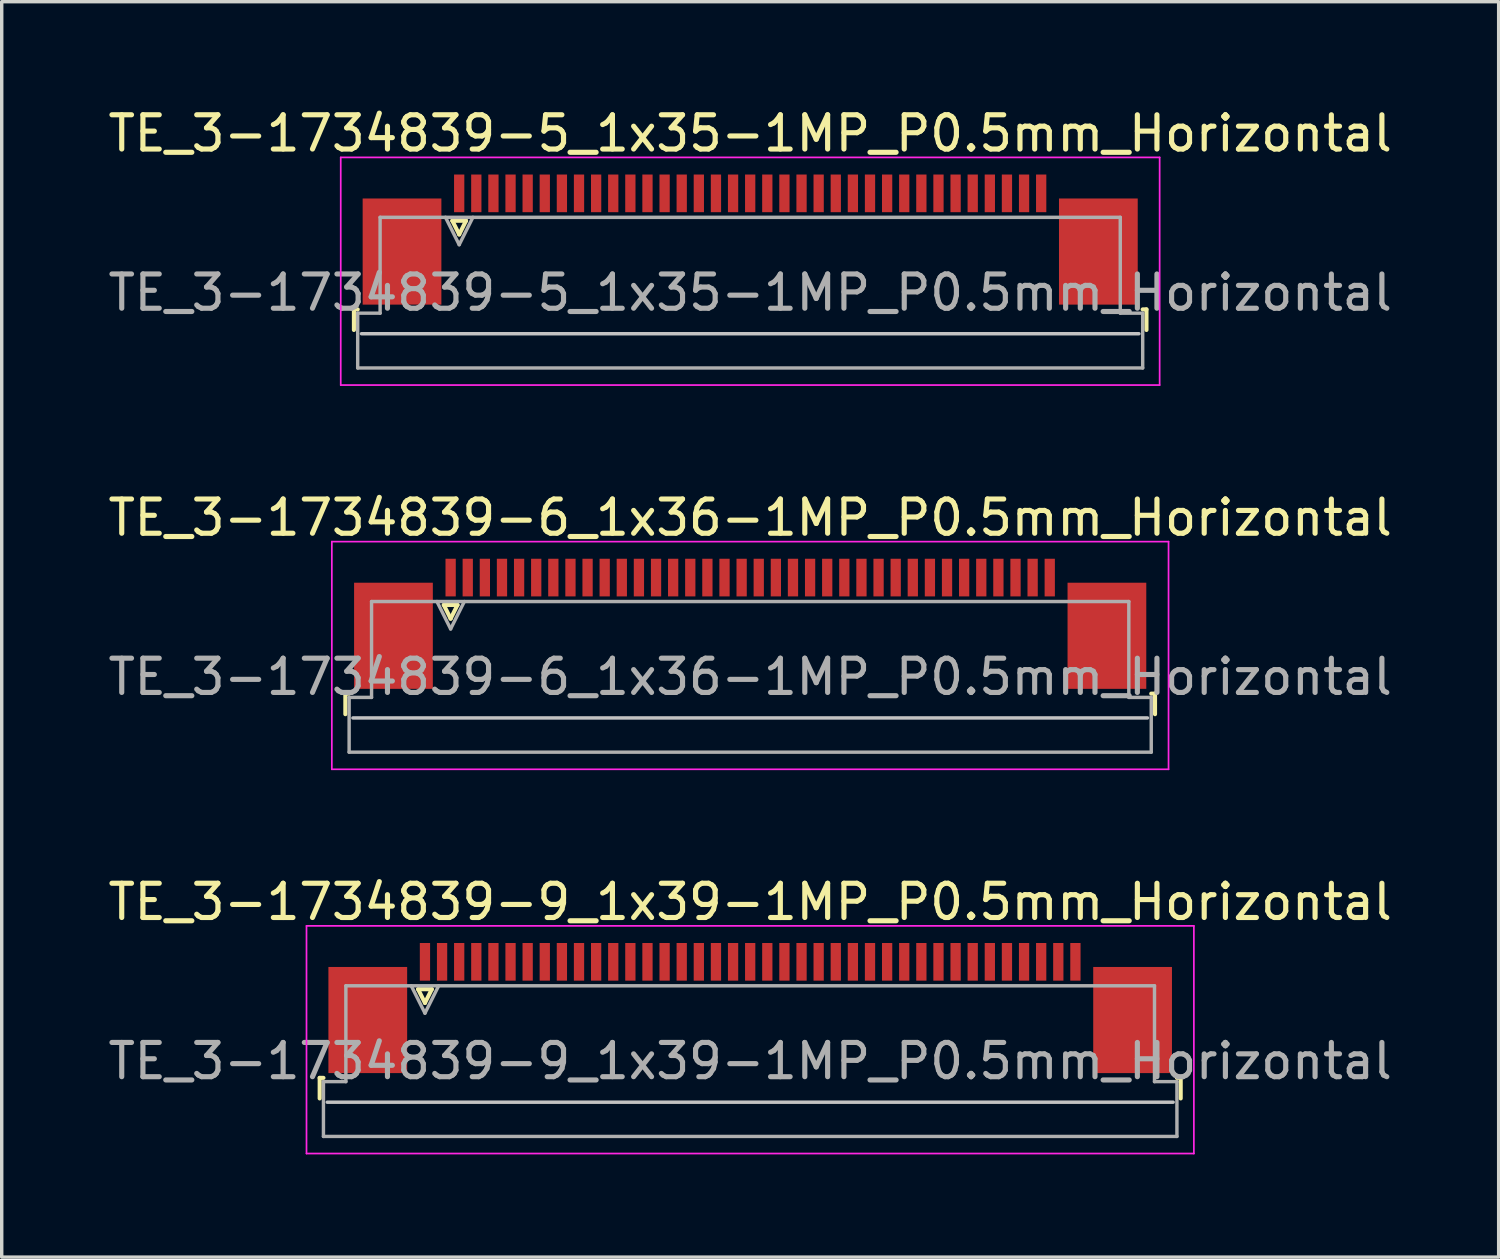
<source format=kicad_pcb>
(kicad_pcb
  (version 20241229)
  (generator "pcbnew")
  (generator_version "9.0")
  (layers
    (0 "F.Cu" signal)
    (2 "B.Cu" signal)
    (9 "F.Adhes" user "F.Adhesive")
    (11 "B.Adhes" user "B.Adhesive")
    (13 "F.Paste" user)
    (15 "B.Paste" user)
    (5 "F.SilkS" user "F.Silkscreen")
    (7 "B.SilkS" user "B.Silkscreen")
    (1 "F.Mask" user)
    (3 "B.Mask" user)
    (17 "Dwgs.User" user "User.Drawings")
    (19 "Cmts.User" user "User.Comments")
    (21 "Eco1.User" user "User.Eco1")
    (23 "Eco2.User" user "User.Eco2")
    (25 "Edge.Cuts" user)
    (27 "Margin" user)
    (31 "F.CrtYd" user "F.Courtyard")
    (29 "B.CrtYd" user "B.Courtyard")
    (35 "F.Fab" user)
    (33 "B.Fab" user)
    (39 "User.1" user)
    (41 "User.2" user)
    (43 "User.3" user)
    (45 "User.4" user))
  (footprint "TE_3-1734839-5_1x35-1MP_P0.5mm_Horizontal"
    (layer "F.Cu")
    (at 18.863 3.948)
    (property "Reference" "TE_3-1734839-5_1x35-1MP_P0.5mm_Horizontal" (at 0 -3.1 0) (layer "F.SilkS") (effects (font (size 1 1) (thickness 0.15))))
    (attr smd)
    (fp_line (start -11.575 2.04) (end -11.575 2.64) (stroke (width 0.12) (type solid)) (layer "F.SilkS"))
    (fp_line (start -11.465 2.04) (end -11.575 2.04) (stroke (width 0.12) (type solid)) (layer "F.SilkS"))
    (fp_line (start -8.7 -0.55) (end -8.5 -0.15) (stroke (width 0.12) (type solid)) (layer "F.SilkS"))
    (fp_line (start -8.5 -0.15) (end -8.3 -0.55) (stroke (width 0.12) (type solid)) (layer "F.SilkS"))
    (fp_line (start -8.3 -0.55) (end -8.7 -0.55) (stroke (width 0.12) (type solid)) (layer "F.SilkS"))
    (fp_line (start 11.465 2.04) (end 11.575 2.04) (stroke (width 0.12) (type solid)) (layer "F.SilkS"))
    (fp_line (start 11.575 2.04) (end 11.575 2.64) (stroke (width 0.12) (type solid)) (layer "F.SilkS"))
    (fp_line (start 11.355 2.75) (end -11.355 2.75) (stroke (width 0.1) (type solid)) (layer "Dwgs.User"))
    (fp_line (start -11.96 -2.4) (end -11.96 4.25) (stroke (width 0.05) (type solid)) (layer "F.CrtYd"))
    (fp_line (start -11.96 4.25) (end 11.96 4.25) (stroke (width 0.05) (type solid)) (layer "F.CrtYd"))
    (fp_line (start 11.96 -2.4) (end -11.96 -2.4) (stroke (width 0.05) (type solid)) (layer "F.CrtYd"))
    (fp_line (start 11.96 4.25) (end 11.96 -2.4) (stroke (width 0.05) (type solid)) (layer "F.CrtYd"))
    (fp_line (start -11.465 2.15) (end -10.81 2.15) (stroke (width 0.1) (type solid)) (layer "F.Fab"))
    (fp_line (start -11.465 3.75) (end -11.465 2.15) (stroke (width 0.1) (type solid)) (layer "F.Fab"))
    (fp_line (start -10.81 -0.65) (end 10.81 -0.65) (stroke (width 0.1) (type solid)) (layer "F.Fab"))
    (fp_line (start -10.81 2.15) (end -10.81 -0.65) (stroke (width 0.1) (type solid)) (layer "F.Fab"))
    (fp_line (start -8.9 -0.65) (end -8.5 0.15) (stroke (width 0.1) (type solid)) (layer "F.Fab"))
    (fp_line (start -8.5 0.15) (end -8.1 -0.65) (stroke (width 0.1) (type solid)) (layer "F.Fab"))
    (fp_line (start 10.81 -0.65) (end 10.81 2.15) (stroke (width 0.1) (type solid)) (layer "F.Fab"))
    (fp_line (start 10.81 2.15) (end 11.465 2.15) (stroke (width 0.1) (type solid)) (layer "F.Fab"))
    (fp_line (start 11.465 2.15) (end 11.465 3.75) (stroke (width 0.1) (type solid)) (layer "F.Fab"))
    (fp_line (start 11.465 3.75) (end -11.465 3.75) (stroke (width 0.1) (type solid)) (layer "F.Fab"))
    (fp_text user "${REFERENCE}" (at 0 1.55 0) (layer "F.Fab") (effects (font (size 1 1) (thickness 0.15))))
    (pad "1" smd rect (at -8.5 -1.35) (size 0.3 1.1) (layers "F.Cu" "F.Mask" "F.Paste"))
    (pad "2" smd rect (at -8 -1.35) (size 0.3 1.1) (layers "F.Cu" "F.Mask" "F.Paste"))
    (pad "3" smd rect (at -7.5 -1.35) (size 0.3 1.1) (layers "F.Cu" "F.Mask" "F.Paste"))
    (pad "4" smd rect (at -7 -1.35) (size 0.3 1.1) (layers "F.Cu" "F.Mask" "F.Paste"))
    (pad "5" smd rect (at -6.5 -1.35) (size 0.3 1.1) (layers "F.Cu" "F.Mask" "F.Paste"))
    (pad "6" smd rect (at -6 -1.35) (size 0.3 1.1) (layers "F.Cu" "F.Mask" "F.Paste"))
    (pad "7" smd rect (at -5.5 -1.35) (size 0.3 1.1) (layers "F.Cu" "F.Mask" "F.Paste"))
    (pad "8" smd rect (at -5 -1.35) (size 0.3 1.1) (layers "F.Cu" "F.Mask" "F.Paste"))
    (pad "9" smd rect (at -4.5 -1.35) (size 0.3 1.1) (layers "F.Cu" "F.Mask" "F.Paste"))
    (pad "10" smd rect (at -4 -1.35) (size 0.3 1.1) (layers "F.Cu" "F.Mask" "F.Paste"))
    (pad "11" smd rect (at -3.5 -1.35) (size 0.3 1.1) (layers "F.Cu" "F.Mask" "F.Paste"))
    (pad "12" smd rect (at -3 -1.35) (size 0.3 1.1) (layers "F.Cu" "F.Mask" "F.Paste"))
    (pad "13" smd rect (at -2.5 -1.35) (size 0.3 1.1) (layers "F.Cu" "F.Mask" "F.Paste"))
    (pad "14" smd rect (at -2 -1.35) (size 0.3 1.1) (layers "F.Cu" "F.Mask" "F.Paste"))
    (pad "15" smd rect (at -1.5 -1.35) (size 0.3 1.1) (layers "F.Cu" "F.Mask" "F.Paste"))
    (pad "16" smd rect (at -1 -1.35) (size 0.3 1.1) (layers "F.Cu" "F.Mask" "F.Paste"))
    (pad "17" smd rect (at -0.5 -1.35) (size 0.3 1.1) (layers "F.Cu" "F.Mask" "F.Paste"))
    (pad "18" smd rect (at 0 -1.35) (size 0.3 1.1) (layers "F.Cu" "F.Mask" "F.Paste"))
    (pad "19" smd rect (at 0.5 -1.35) (size 0.3 1.1) (layers "F.Cu" "F.Mask" "F.Paste"))
    (pad "20" smd rect (at 1 -1.35) (size 0.3 1.1) (layers "F.Cu" "F.Mask" "F.Paste"))
    (pad "21" smd rect (at 1.5 -1.35) (size 0.3 1.1) (layers "F.Cu" "F.Mask" "F.Paste"))
    (pad "22" smd rect (at 2 -1.35) (size 0.3 1.1) (layers "F.Cu" "F.Mask" "F.Paste"))
    (pad "23" smd rect (at 2.5 -1.35) (size 0.3 1.1) (layers "F.Cu" "F.Mask" "F.Paste"))
    (pad "24" smd rect (at 3 -1.35) (size 0.3 1.1) (layers "F.Cu" "F.Mask" "F.Paste"))
    (pad "25" smd rect (at 3.5 -1.35) (size 0.3 1.1) (layers "F.Cu" "F.Mask" "F.Paste"))
    (pad "26" smd rect (at 4 -1.35) (size 0.3 1.1) (layers "F.Cu" "F.Mask" "F.Paste"))
    (pad "27" smd rect (at 4.5 -1.35) (size 0.3 1.1) (layers "F.Cu" "F.Mask" "F.Paste"))
    (pad "28" smd rect (at 5 -1.35) (size 0.3 1.1) (layers "F.Cu" "F.Mask" "F.Paste"))
    (pad "29" smd rect (at 5.5 -1.35) (size 0.3 1.1) (layers "F.Cu" "F.Mask" "F.Paste"))
    (pad "30" smd rect (at 6 -1.35) (size 0.3 1.1) (layers "F.Cu" "F.Mask" "F.Paste"))
    (pad "31" smd rect (at 6.5 -1.35) (size 0.3 1.1) (layers "F.Cu" "F.Mask" "F.Paste"))
    (pad "32" smd rect (at 7 -1.35) (size 0.3 1.1) (layers "F.Cu" "F.Mask" "F.Paste"))
    (pad "33" smd rect (at 7.5 -1.35) (size 0.3 1.1) (layers "F.Cu" "F.Mask" "F.Paste"))
    (pad "34" smd rect (at 8 -1.35) (size 0.3 1.1) (layers "F.Cu" "F.Mask" "F.Paste"))
    (pad "35" smd rect (at 8.5 -1.35) (size 0.3 1.1) (layers "F.Cu" "F.Mask" "F.Paste"))
    (pad "MP" smd rect (at -10.17 0.35) (size 2.3 3.1) (layers "F.Cu" "F.Mask" "F.Paste"))
    (pad "MP" smd rect (at 10.17 0.35) (size 2.3 3.1) (layers "F.Cu" "F.Mask" "F.Paste")))
  (footprint "TE_3-1734839-6_1x36-1MP_P0.5mm_Horizontal"
    (layer "F.Cu")
    (at 18.863 15.171)
    (property "Reference" "TE_3-1734839-6_1x36-1MP_P0.5mm_Horizontal" (at 0 -3.1 0) (layer "F.SilkS") (effects (font (size 1 1) (thickness 0.15))))
    (attr smd)
    (fp_line (start -11.825 2.04) (end -11.825 2.64) (stroke (width 0.12) (type solid)) (layer "F.SilkS"))
    (fp_line (start -11.715 2.04) (end -11.825 2.04) (stroke (width 0.12) (type solid)) (layer "F.SilkS"))
    (fp_line (start -8.95 -0.55) (end -8.75 -0.15) (stroke (width 0.12) (type solid)) (layer "F.SilkS"))
    (fp_line (start -8.75 -0.15) (end -8.55 -0.55) (stroke (width 0.12) (type solid)) (layer "F.SilkS"))
    (fp_line (start -8.55 -0.55) (end -8.95 -0.55) (stroke (width 0.12) (type solid)) (layer "F.SilkS"))
    (fp_line (start 11.715 2.04) (end 11.825 2.04) (stroke (width 0.12) (type solid)) (layer "F.SilkS"))
    (fp_line (start 11.825 2.04) (end 11.825 2.64) (stroke (width 0.12) (type solid)) (layer "F.SilkS"))
    (fp_line (start 11.605 2.75) (end -11.605 2.75) (stroke (width 0.1) (type solid)) (layer "Dwgs.User"))
    (fp_line (start -12.22 -2.4) (end -12.22 4.25) (stroke (width 0.05) (type solid)) (layer "F.CrtYd"))
    (fp_line (start -12.22 4.25) (end 12.22 4.25) (stroke (width 0.05) (type solid)) (layer "F.CrtYd"))
    (fp_line (start 12.22 -2.4) (end -12.22 -2.4) (stroke (width 0.05) (type solid)) (layer "F.CrtYd"))
    (fp_line (start 12.22 4.25) (end 12.22 -2.4) (stroke (width 0.05) (type solid)) (layer "F.CrtYd"))
    (fp_line (start -11.715 2.15) (end -11.06 2.15) (stroke (width 0.1) (type solid)) (layer "F.Fab"))
    (fp_line (start -11.715 3.75) (end -11.715 2.15) (stroke (width 0.1) (type solid)) (layer "F.Fab"))
    (fp_line (start -11.06 -0.65) (end 11.06 -0.65) (stroke (width 0.1) (type solid)) (layer "F.Fab"))
    (fp_line (start -11.06 2.15) (end -11.06 -0.65) (stroke (width 0.1) (type solid)) (layer "F.Fab"))
    (fp_line (start -9.15 -0.65) (end -8.75 0.15) (stroke (width 0.1) (type solid)) (layer "F.Fab"))
    (fp_line (start -8.75 0.15) (end -8.35 -0.65) (stroke (width 0.1) (type solid)) (layer "F.Fab"))
    (fp_line (start 11.06 -0.65) (end 11.06 2.15) (stroke (width 0.1) (type solid)) (layer "F.Fab"))
    (fp_line (start 11.06 2.15) (end 11.715 2.15) (stroke (width 0.1) (type solid)) (layer "F.Fab"))
    (fp_line (start 11.715 2.15) (end 11.715 3.75) (stroke (width 0.1) (type solid)) (layer "F.Fab"))
    (fp_line (start 11.715 3.75) (end -11.715 3.75) (stroke (width 0.1) (type solid)) (layer "F.Fab"))
    (fp_text user "${REFERENCE}" (at 0 1.55 0) (layer "F.Fab") (effects (font (size 1 1) (thickness 0.15))))
    (pad "1" smd rect (at -8.75 -1.35) (size 0.3 1.1) (layers "F.Cu" "F.Mask" "F.Paste"))
    (pad "2" smd rect (at -8.25 -1.35) (size 0.3 1.1) (layers "F.Cu" "F.Mask" "F.Paste"))
    (pad "3" smd rect (at -7.75 -1.35) (size 0.3 1.1) (layers "F.Cu" "F.Mask" "F.Paste"))
    (pad "4" smd rect (at -7.25 -1.35) (size 0.3 1.1) (layers "F.Cu" "F.Mask" "F.Paste"))
    (pad "5" smd rect (at -6.75 -1.35) (size 0.3 1.1) (layers "F.Cu" "F.Mask" "F.Paste"))
    (pad "6" smd rect (at -6.25 -1.35) (size 0.3 1.1) (layers "F.Cu" "F.Mask" "F.Paste"))
    (pad "7" smd rect (at -5.75 -1.35) (size 0.3 1.1) (layers "F.Cu" "F.Mask" "F.Paste"))
    (pad "8" smd rect (at -5.25 -1.35) (size 0.3 1.1) (layers "F.Cu" "F.Mask" "F.Paste"))
    (pad "9" smd rect (at -4.75 -1.35) (size 0.3 1.1) (layers "F.Cu" "F.Mask" "F.Paste"))
    (pad "10" smd rect (at -4.25 -1.35) (size 0.3 1.1) (layers "F.Cu" "F.Mask" "F.Paste"))
    (pad "11" smd rect (at -3.75 -1.35) (size 0.3 1.1) (layers "F.Cu" "F.Mask" "F.Paste"))
    (pad "12" smd rect (at -3.25 -1.35) (size 0.3 1.1) (layers "F.Cu" "F.Mask" "F.Paste"))
    (pad "13" smd rect (at -2.75 -1.35) (size 0.3 1.1) (layers "F.Cu" "F.Mask" "F.Paste"))
    (pad "14" smd rect (at -2.25 -1.35) (size 0.3 1.1) (layers "F.Cu" "F.Mask" "F.Paste"))
    (pad "15" smd rect (at -1.75 -1.35) (size 0.3 1.1) (layers "F.Cu" "F.Mask" "F.Paste"))
    (pad "16" smd rect (at -1.25 -1.35) (size 0.3 1.1) (layers "F.Cu" "F.Mask" "F.Paste"))
    (pad "17" smd rect (at -0.75 -1.35) (size 0.3 1.1) (layers "F.Cu" "F.Mask" "F.Paste"))
    (pad "18" smd rect (at -0.25 -1.35) (size 0.3 1.1) (layers "F.Cu" "F.Mask" "F.Paste"))
    (pad "19" smd rect (at 0.25 -1.35) (size 0.3 1.1) (layers "F.Cu" "F.Mask" "F.Paste"))
    (pad "20" smd rect (at 0.75 -1.35) (size 0.3 1.1) (layers "F.Cu" "F.Mask" "F.Paste"))
    (pad "21" smd rect (at 1.25 -1.35) (size 0.3 1.1) (layers "F.Cu" "F.Mask" "F.Paste"))
    (pad "22" smd rect (at 1.75 -1.35) (size 0.3 1.1) (layers "F.Cu" "F.Mask" "F.Paste"))
    (pad "23" smd rect (at 2.25 -1.35) (size 0.3 1.1) (layers "F.Cu" "F.Mask" "F.Paste"))
    (pad "24" smd rect (at 2.75 -1.35) (size 0.3 1.1) (layers "F.Cu" "F.Mask" "F.Paste"))
    (pad "25" smd rect (at 3.25 -1.35) (size 0.3 1.1) (layers "F.Cu" "F.Mask" "F.Paste"))
    (pad "26" smd rect (at 3.75 -1.35) (size 0.3 1.1) (layers "F.Cu" "F.Mask" "F.Paste"))
    (pad "27" smd rect (at 4.25 -1.35) (size 0.3 1.1) (layers "F.Cu" "F.Mask" "F.Paste"))
    (pad "28" smd rect (at 4.75 -1.35) (size 0.3 1.1) (layers "F.Cu" "F.Mask" "F.Paste"))
    (pad "29" smd rect (at 5.25 -1.35) (size 0.3 1.1) (layers "F.Cu" "F.Mask" "F.Paste"))
    (pad "30" smd rect (at 5.75 -1.35) (size 0.3 1.1) (layers "F.Cu" "F.Mask" "F.Paste"))
    (pad "31" smd rect (at 6.25 -1.35) (size 0.3 1.1) (layers "F.Cu" "F.Mask" "F.Paste"))
    (pad "32" smd rect (at 6.75 -1.35) (size 0.3 1.1) (layers "F.Cu" "F.Mask" "F.Paste"))
    (pad "33" smd rect (at 7.25 -1.35) (size 0.3 1.1) (layers "F.Cu" "F.Mask" "F.Paste"))
    (pad "34" smd rect (at 7.75 -1.35) (size 0.3 1.1) (layers "F.Cu" "F.Mask" "F.Paste"))
    (pad "35" smd rect (at 8.25 -1.35) (size 0.3 1.1) (layers "F.Cu" "F.Mask" "F.Paste"))
    (pad "36" smd rect (at 8.75 -1.35) (size 0.3 1.1) (layers "F.Cu" "F.Mask" "F.Paste"))
    (pad "MP" smd rect (at -10.42 0.35) (size 2.3 3.1) (layers "F.Cu" "F.Mask" "F.Paste"))
    (pad "MP" smd rect (at 10.42 0.35) (size 2.3 3.1) (layers "F.Cu" "F.Mask" "F.Paste")))
  (footprint "TE_3-1734839-9_1x39-1MP_P0.5mm_Horizontal"
    (layer "F.Cu")
    (at 18.863 26.395)
    (property "Reference" "TE_3-1734839-9_1x39-1MP_P0.5mm_Horizontal" (at 0 -3.1 0) (layer "F.SilkS") (effects (font (size 1 1) (thickness 0.15))))
    (attr smd)
    (fp_line (start -12.575 2.04) (end -12.575 2.64) (stroke (width 0.12) (type solid)) (layer "F.SilkS"))
    (fp_line (start -12.465 2.04) (end -12.575 2.04) (stroke (width 0.12) (type solid)) (layer "F.SilkS"))
    (fp_line (start -9.7 -0.55) (end -9.5 -0.15) (stroke (width 0.12) (type solid)) (layer "F.SilkS"))
    (fp_line (start -9.5 -0.15) (end -9.3 -0.55) (stroke (width 0.12) (type solid)) (layer "F.SilkS"))
    (fp_line (start -9.3 -0.55) (end -9.7 -0.55) (stroke (width 0.12) (type solid)) (layer "F.SilkS"))
    (fp_line (start 12.465 2.04) (end 12.575 2.04) (stroke (width 0.12) (type solid)) (layer "F.SilkS"))
    (fp_line (start 12.575 2.04) (end 12.575 2.64) (stroke (width 0.12) (type solid)) (layer "F.SilkS"))
    (fp_line (start 12.355 2.75) (end -12.355 2.75) (stroke (width 0.1) (type solid)) (layer "Dwgs.User"))
    (fp_line (start -12.96 -2.4) (end -12.96 4.25) (stroke (width 0.05) (type solid)) (layer "F.CrtYd"))
    (fp_line (start -12.96 4.25) (end 12.96 4.25) (stroke (width 0.05) (type solid)) (layer "F.CrtYd"))
    (fp_line (start 12.96 -2.4) (end -12.96 -2.4) (stroke (width 0.05) (type solid)) (layer "F.CrtYd"))
    (fp_line (start 12.96 4.25) (end 12.96 -2.4) (stroke (width 0.05) (type solid)) (layer "F.CrtYd"))
    (fp_line (start -12.465 2.15) (end -11.81 2.15) (stroke (width 0.1) (type solid)) (layer "F.Fab"))
    (fp_line (start -12.465 3.75) (end -12.465 2.15) (stroke (width 0.1) (type solid)) (layer "F.Fab"))
    (fp_line (start -11.81 -0.65) (end 11.81 -0.65) (stroke (width 0.1) (type solid)) (layer "F.Fab"))
    (fp_line (start -11.81 2.15) (end -11.81 -0.65) (stroke (width 0.1) (type solid)) (layer "F.Fab"))
    (fp_line (start -9.9 -0.65) (end -9.5 0.15) (stroke (width 0.1) (type solid)) (layer "F.Fab"))
    (fp_line (start -9.5 0.15) (end -9.1 -0.65) (stroke (width 0.1) (type solid)) (layer "F.Fab"))
    (fp_line (start 11.81 -0.65) (end 11.81 2.15) (stroke (width 0.1) (type solid)) (layer "F.Fab"))
    (fp_line (start 11.81 2.15) (end 12.465 2.15) (stroke (width 0.1) (type solid)) (layer "F.Fab"))
    (fp_line (start 12.465 2.15) (end 12.465 3.75) (stroke (width 0.1) (type solid)) (layer "F.Fab"))
    (fp_line (start 12.465 3.75) (end -12.465 3.75) (stroke (width 0.1) (type solid)) (layer "F.Fab"))
    (fp_text user "${REFERENCE}" (at 0 1.55 0) (layer "F.Fab") (effects (font (size 1 1) (thickness 0.15))))
    (pad "1" smd rect (at -9.5 -1.35) (size 0.3 1.1) (layers "F.Cu" "F.Mask" "F.Paste"))
    (pad "2" smd rect (at -9 -1.35) (size 0.3 1.1) (layers "F.Cu" "F.Mask" "F.Paste"))
    (pad "3" smd rect (at -8.5 -1.35) (size 0.3 1.1) (layers "F.Cu" "F.Mask" "F.Paste"))
    (pad "4" smd rect (at -8 -1.35) (size 0.3 1.1) (layers "F.Cu" "F.Mask" "F.Paste"))
    (pad "5" smd rect (at -7.5 -1.35) (size 0.3 1.1) (layers "F.Cu" "F.Mask" "F.Paste"))
    (pad "6" smd rect (at -7 -1.35) (size 0.3 1.1) (layers "F.Cu" "F.Mask" "F.Paste"))
    (pad "7" smd rect (at -6.5 -1.35) (size 0.3 1.1) (layers "F.Cu" "F.Mask" "F.Paste"))
    (pad "8" smd rect (at -6 -1.35) (size 0.3 1.1) (layers "F.Cu" "F.Mask" "F.Paste"))
    (pad "9" smd rect (at -5.5 -1.35) (size 0.3 1.1) (layers "F.Cu" "F.Mask" "F.Paste"))
    (pad "10" smd rect (at -5 -1.35) (size 0.3 1.1) (layers "F.Cu" "F.Mask" "F.Paste"))
    (pad "11" smd rect (at -4.5 -1.35) (size 0.3 1.1) (layers "F.Cu" "F.Mask" "F.Paste"))
    (pad "12" smd rect (at -4 -1.35) (size 0.3 1.1) (layers "F.Cu" "F.Mask" "F.Paste"))
    (pad "13" smd rect (at -3.5 -1.35) (size 0.3 1.1) (layers "F.Cu" "F.Mask" "F.Paste"))
    (pad "14" smd rect (at -3 -1.35) (size 0.3 1.1) (layers "F.Cu" "F.Mask" "F.Paste"))
    (pad "15" smd rect (at -2.5 -1.35) (size 0.3 1.1) (layers "F.Cu" "F.Mask" "F.Paste"))
    (pad "16" smd rect (at -2 -1.35) (size 0.3 1.1) (layers "F.Cu" "F.Mask" "F.Paste"))
    (pad "17" smd rect (at -1.5 -1.35) (size 0.3 1.1) (layers "F.Cu" "F.Mask" "F.Paste"))
    (pad "18" smd rect (at -1 -1.35) (size 0.3 1.1) (layers "F.Cu" "F.Mask" "F.Paste"))
    (pad "19" smd rect (at -0.5 -1.35) (size 0.3 1.1) (layers "F.Cu" "F.Mask" "F.Paste"))
    (pad "20" smd rect (at 0 -1.35) (size 0.3 1.1) (layers "F.Cu" "F.Mask" "F.Paste"))
    (pad "21" smd rect (at 0.5 -1.35) (size 0.3 1.1) (layers "F.Cu" "F.Mask" "F.Paste"))
    (pad "22" smd rect (at 1 -1.35) (size 0.3 1.1) (layers "F.Cu" "F.Mask" "F.Paste"))
    (pad "23" smd rect (at 1.5 -1.35) (size 0.3 1.1) (layers "F.Cu" "F.Mask" "F.Paste"))
    (pad "24" smd rect (at 2 -1.35) (size 0.3 1.1) (layers "F.Cu" "F.Mask" "F.Paste"))
    (pad "25" smd rect (at 2.5 -1.35) (size 0.3 1.1) (layers "F.Cu" "F.Mask" "F.Paste"))
    (pad "26" smd rect (at 3 -1.35) (size 0.3 1.1) (layers "F.Cu" "F.Mask" "F.Paste"))
    (pad "27" smd rect (at 3.5 -1.35) (size 0.3 1.1) (layers "F.Cu" "F.Mask" "F.Paste"))
    (pad "28" smd rect (at 4 -1.35) (size 0.3 1.1) (layers "F.Cu" "F.Mask" "F.Paste"))
    (pad "29" smd rect (at 4.5 -1.35) (size 0.3 1.1) (layers "F.Cu" "F.Mask" "F.Paste"))
    (pad "30" smd rect (at 5 -1.35) (size 0.3 1.1) (layers "F.Cu" "F.Mask" "F.Paste"))
    (pad "31" smd rect (at 5.5 -1.35) (size 0.3 1.1) (layers "F.Cu" "F.Mask" "F.Paste"))
    (pad "32" smd rect (at 6 -1.35) (size 0.3 1.1) (layers "F.Cu" "F.Mask" "F.Paste"))
    (pad "33" smd rect (at 6.5 -1.35) (size 0.3 1.1) (layers "F.Cu" "F.Mask" "F.Paste"))
    (pad "34" smd rect (at 7 -1.35) (size 0.3 1.1) (layers "F.Cu" "F.Mask" "F.Paste"))
    (pad "35" smd rect (at 7.5 -1.35) (size 0.3 1.1) (layers "F.Cu" "F.Mask" "F.Paste"))
    (pad "36" smd rect (at 8 -1.35) (size 0.3 1.1) (layers "F.Cu" "F.Mask" "F.Paste"))
    (pad "37" smd rect (at 8.5 -1.35) (size 0.3 1.1) (layers "F.Cu" "F.Mask" "F.Paste"))
    (pad "38" smd rect (at 9 -1.35) (size 0.3 1.1) (layers "F.Cu" "F.Mask" "F.Paste"))
    (pad "39" smd rect (at 9.5 -1.35) (size 0.3 1.1) (layers "F.Cu" "F.Mask" "F.Paste"))
    (pad "MP" smd rect (at -11.17 0.35) (size 2.3 3.1) (layers "F.Cu" "F.Mask" "F.Paste"))
    (pad "MP" smd rect (at 11.17 0.35) (size 2.3 3.1) (layers "F.Cu" "F.Mask" "F.Paste")))
  (gr_rect
    (start -3 -3)
    (end 40.726 33.67)
    (stroke (width 0.1) (type default))
    (fill no)
    (layer "Edge.Cuts")))
</source>
